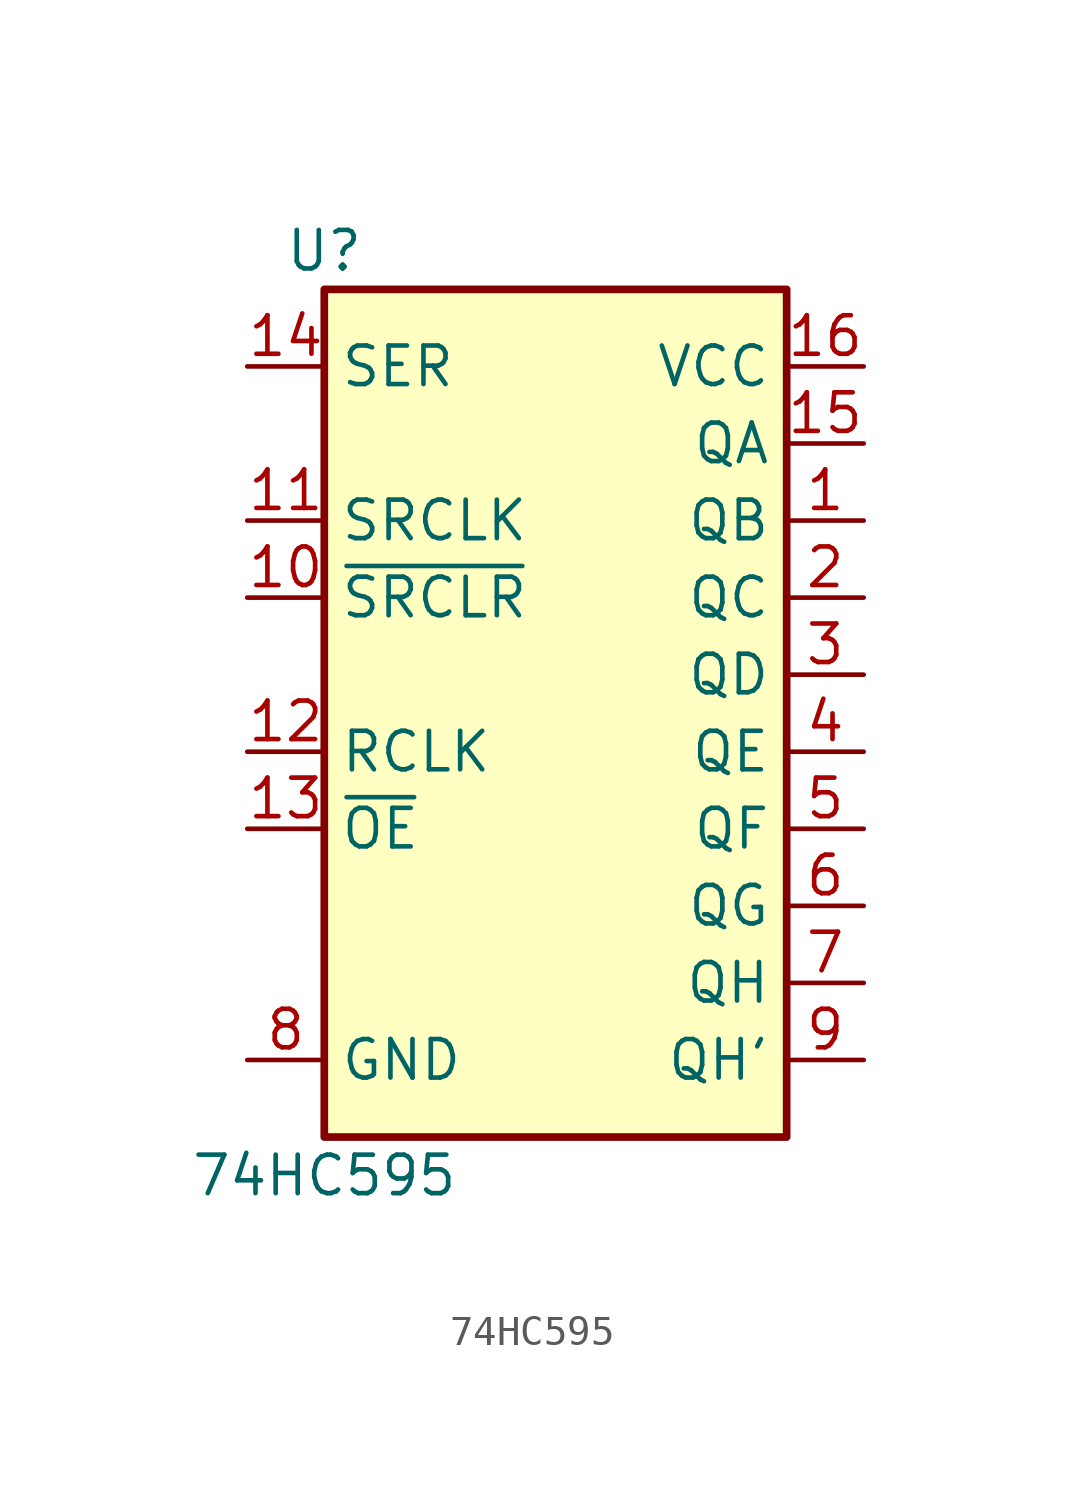
<source format=kicad_sym>
(kicad_symbol_lib
  (version 20231120)
  (generator "kicad_symbol_editor")
  (generator_version "8.0")
  (symbol "74HC595"
    (property "Reference" "U"
      (at -7.62 13.97 0)
      (effects (font (size 1.27 1.27))))
    (property "Value" "74HC595"
      (at -7.62 -16.51 0)
      (effects (font (size 1.27 1.27))))
    (symbol "74HC595_1_0"
      (pin tri_state line (at 10.16 5.08 180) (length 2.54) (name "QB" (effects (font (size 1.27 1.27)))) (number "1" (effects (font (size 1.27 1.27)))))
      (pin input line (at -10.16 2.54 0) (length 2.54) (name "~{SRCLR}" (effects (font (size 1.27 1.27)))) (number "10" (effects (font (size 1.27 1.27)))))
      (pin input line (at -10.16 5.08 0) (length 2.54) (name "SRCLK" (effects (font (size 1.27 1.27)))) (number "11" (effects (font (size 1.27 1.27)))))
      (pin input line (at -10.16 -2.54 0) (length 2.54) (name "RCLK" (effects (font (size 1.27 1.27)))) (number "12" (effects (font (size 1.27 1.27)))))
      (pin input line (at -10.16 -5.08 0) (length 2.54) (name "~{OE}" (effects (font (size 1.27 1.27)))) (number "13" (effects (font (size 1.27 1.27)))))
      (pin input line (at -10.16 10.16 0) (length 2.54) (name "SER" (effects (font (size 1.27 1.27)))) (number "14" (effects (font (size 1.27 1.27)))))
      (pin tri_state line (at 10.16 7.62 180) (length 2.54) (name "QA" (effects (font (size 1.27 1.27)))) (number "15" (effects (font (size 1.27 1.27)))))
      (pin power_in line (at 10.16 10.16 180) (length 2.54) (name "VCC" (effects (font (size 1.27 1.27)))) (number "16" (effects (font (size 1.27 1.27)))))
      (pin tri_state line (at 10.16 2.54 180) (length 2.54) (name "QC" (effects (font (size 1.27 1.27)))) (number "2" (effects (font (size 1.27 1.27)))))
      (pin tri_state line (at 10.16 0 180) (length 2.54) (name "QD" (effects (font (size 1.27 1.27)))) (number "3" (effects (font (size 1.27 1.27)))))
      (pin tri_state line (at 10.16 -2.54 180) (length 2.54) (name "QE" (effects (font (size 1.27 1.27)))) (number "4" (effects (font (size 1.27 1.27)))))
      (pin tri_state line (at 10.16 -5.08 180) (length 2.54) (name "QF" (effects (font (size 1.27 1.27)))) (number "5" (effects (font (size 1.27 1.27)))))
      (pin tri_state line (at 10.16 -7.62 180) (length 2.54) (name "QG" (effects (font (size 1.27 1.27)))) (number "6" (effects (font (size 1.27 1.27)))))
      (pin tri_state line (at 10.16 -10.16 180) (length 2.54) (name "QH" (effects (font (size 1.27 1.27)))) (number "7" (effects (font (size 1.27 1.27)))))
      (pin power_in line (at -10.16 -12.7 0) (length 2.54) (name "GND" (effects (font (size 1.27 1.27)))) (number "8" (effects (font (size 1.27 1.27)))))
      (pin output line (at 10.16 -12.7 180) (length 2.54) (name "QH'" (effects (font (size 1.27 1.27)))) (number "9" (effects (font (size 1.27 1.27))))))
    (symbol "74HC595_1_1"
      (rectangle (start -7.62 12.7) (end 7.62 -15.24) (stroke (width 0.254) (type default)) (fill (type background))))))
</source>
